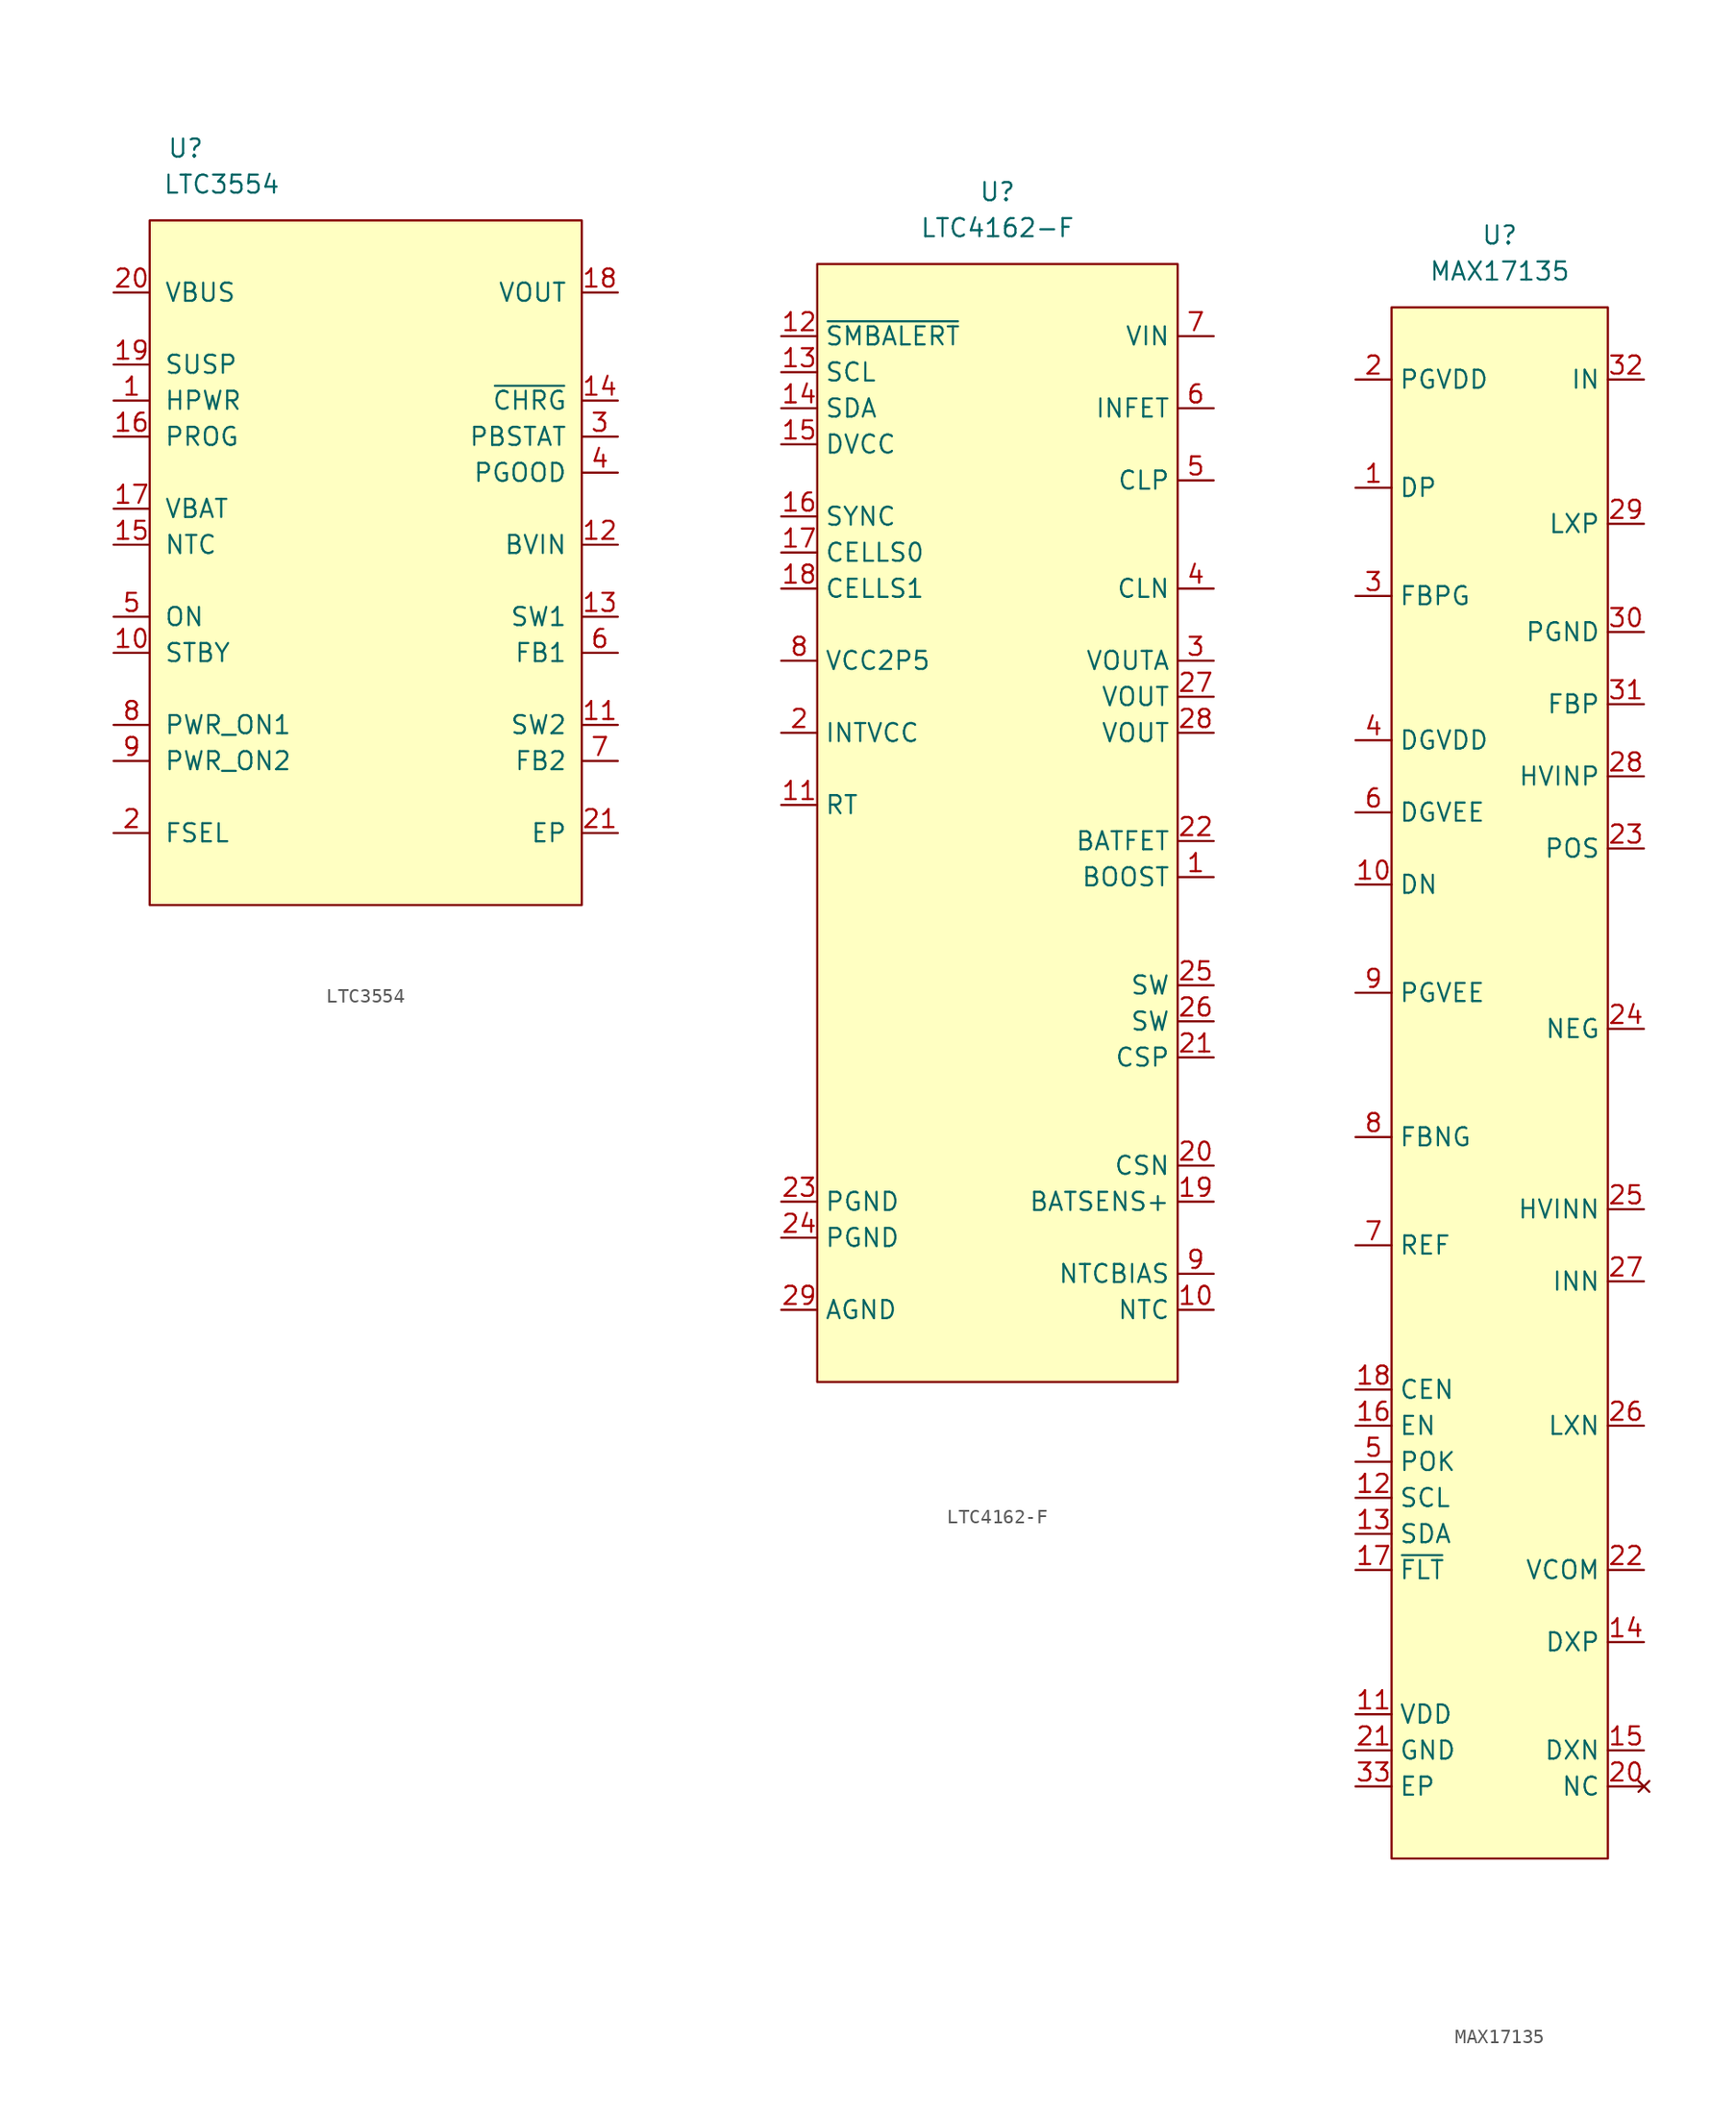
<source format=kicad_sym>
(kicad_symbol_lib
  (version 20211014)
  (generator kicad_symbol_editor)
  (symbol "LTC3554"
    (pin_names
      (offset 1.016))
    (property "Reference" "U"
      (at -12.7 27.94 0)
      (effects (font (size 1.27 1.27))))
    (property "Value" "LTC3554"
      (at -10.16 25.4 0)
      (effects (font (size 1.27 1.27))))
    (symbol "LTC3554_0_1"
      (rectangle (start -15.24 22.86) (end 15.24 -25.4) (stroke (width 0) (type default) (color 0 0 0 0)) (fill (type background))))
    (symbol "LTC3554_1_1"
      (pin input line (at -17.78 10.16 0) (length 2.54) (name "HPWR" (effects (font (size 1.27 1.27)))) (number "1" (effects (font (size 1.27 1.27)))))
      (pin input line (at -17.78 -7.62 0) (length 2.54) (name "STBY" (effects (font (size 1.27 1.27)))) (number "10" (effects (font (size 1.27 1.27)))))
      (pin power_in line (at 17.78 -12.7 180) (length 2.54) (name "SW2" (effects (font (size 1.27 1.27)))) (number "11" (effects (font (size 1.27 1.27)))))
      (pin power_in line (at 17.78 0 180) (length 2.54) (name "BVIN" (effects (font (size 1.27 1.27)))) (number "12" (effects (font (size 1.27 1.27)))))
      (pin power_out line (at 17.78 -5.08 180) (length 2.54) (name "SW1" (effects (font (size 1.27 1.27)))) (number "13" (effects (font (size 1.27 1.27)))))
      (pin output line (at 17.78 10.16 180) (length 2.54) (name "~{CHRG}" (effects (font (size 1.27 1.27)))) (number "14" (effects (font (size 1.27 1.27)))))
      (pin input line (at -17.78 0 0) (length 2.54) (name "NTC" (effects (font (size 1.27 1.27)))) (number "15" (effects (font (size 1.27 1.27)))))
      (pin input line (at -17.78 7.62 0) (length 2.54) (name "PROG" (effects (font (size 1.27 1.27)))) (number "16" (effects (font (size 1.27 1.27)))))
      (pin power_in line (at -17.78 2.54 0) (length 2.54) (name "VBAT" (effects (font (size 1.27 1.27)))) (number "17" (effects (font (size 1.27 1.27)))))
      (pin output line (at 17.78 17.78 180) (length 2.54) (name "VOUT" (effects (font (size 1.27 1.27)))) (number "18" (effects (font (size 1.27 1.27)))))
      (pin input line (at -17.78 12.7 0) (length 2.54) (name "SUSP" (effects (font (size 1.27 1.27)))) (number "19" (effects (font (size 1.27 1.27)))))
      (pin input line (at -17.78 -20.32 0) (length 2.54) (name "FSEL" (effects (font (size 1.27 1.27)))) (number "2" (effects (font (size 1.27 1.27)))))
      (pin power_in line (at -17.78 17.78 0) (length 2.54) (name "VBUS" (effects (font (size 1.27 1.27)))) (number "20" (effects (font (size 1.27 1.27)))))
      (pin power_in line (at 17.78 -20.32 180) (length 2.54) (name "EP" (effects (font (size 1.27 1.27)))) (number "21" (effects (font (size 1.27 1.27)))))
      (pin output line (at 17.78 7.62 180) (length 2.54) (name "PBSTAT" (effects (font (size 1.27 1.27)))) (number "3" (effects (font (size 1.27 1.27)))))
      (pin output line (at 17.78 5.08 180) (length 2.54) (name "PGOOD" (effects (font (size 1.27 1.27)))) (number "4" (effects (font (size 1.27 1.27)))))
      (pin input line (at -17.78 -5.08 0) (length 2.54) (name "ON" (effects (font (size 1.27 1.27)))) (number "5" (effects (font (size 1.27 1.27)))))
      (pin input line (at 17.78 -7.62 180) (length 2.54) (name "FB1" (effects (font (size 1.27 1.27)))) (number "6" (effects (font (size 1.27 1.27)))))
      (pin input line (at 17.78 -15.24 180) (length 2.54) (name "FB2" (effects (font (size 1.27 1.27)))) (number "7" (effects (font (size 1.27 1.27)))))
      (pin input line (at -17.78 -12.7 0) (length 2.54) (name "PWR_ON1" (effects (font (size 1.27 1.27)))) (number "8" (effects (font (size 1.27 1.27)))))
      (pin input line (at -17.78 -15.24 0) (length 2.54) (name "PWR_ON2" (effects (font (size 1.27 1.27)))) (number "9" (effects (font (size 1.27 1.27)))))))
  (symbol "LTC4162-F"
    (property "Reference" "U"
      (at 0 0 0)
      (effects (font (size 1.27 1.27))))
    (property "Value" "LTC4162-F"
      (at 0 -2.54 0)
      (effects (font (size 1.27 1.27))))
    (symbol "LTC4162-F_0_1"
      (rectangle (start -12.7 -5.08) (end 12.7 -83.82) (stroke (width 0.152) (type default) (color 0 0 0 0)) (fill (type background))))
    (symbol "LTC4162-F_1_1"
      (pin input line (at 15.24 -48.26 180) (length 2.54) (name "BOOST" (effects (font (size 1.27 1.27)))) (number "1" (effects (font (size 1.27 1.27)))))
      (pin input line (at 15.24 -78.74 180) (length 2.54) (name "NTC" (effects (font (size 1.27 1.27)))) (number "10" (effects (font (size 1.27 1.27)))))
      (pin input line (at -15.24 -43.18 0) (length 2.54) (name "RT" (effects (font (size 1.27 1.27)))) (number "11" (effects (font (size 1.27 1.27)))))
      (pin input line (at -15.24 -10.16 0) (length 2.54) (name "~{SMBALERT}" (effects (font (size 1.27 1.27)))) (number "12" (effects (font (size 1.27 1.27)))))
      (pin input line (at -15.24 -12.7 0) (length 2.54) (name "SCL" (effects (font (size 1.27 1.27)))) (number "13" (effects (font (size 1.27 1.27)))))
      (pin input line (at -15.24 -15.24 0) (length 2.54) (name "SDA" (effects (font (size 1.27 1.27)))) (number "14" (effects (font (size 1.27 1.27)))))
      (pin input line (at -15.24 -17.78 0) (length 2.54) (name "DVCC" (effects (font (size 1.27 1.27)))) (number "15" (effects (font (size 1.27 1.27)))))
      (pin input line (at -15.24 -22.86 0) (length 2.54) (name "SYNC" (effects (font (size 1.27 1.27)))) (number "16" (effects (font (size 1.27 1.27)))))
      (pin input line (at -15.24 -25.4 0) (length 2.54) (name "CELLS0" (effects (font (size 1.27 1.27)))) (number "17" (effects (font (size 1.27 1.27)))))
      (pin input line (at -15.24 -27.94 0) (length 2.54) (name "CELLS1" (effects (font (size 1.27 1.27)))) (number "18" (effects (font (size 1.27 1.27)))))
      (pin input line (at 15.24 -71.12 180) (length 2.54) (name "BATSENS+" (effects (font (size 1.27 1.27)))) (number "19" (effects (font (size 1.27 1.27)))))
      (pin input line (at -15.24 -38.1 0) (length 2.54) (name "INTVCC" (effects (font (size 1.27 1.27)))) (number "2" (effects (font (size 1.27 1.27)))))
      (pin input line (at 15.24 -68.58 180) (length 2.54) (name "CSN" (effects (font (size 1.27 1.27)))) (number "20" (effects (font (size 1.27 1.27)))))
      (pin input line (at 15.24 -60.96 180) (length 2.54) (name "CSP" (effects (font (size 1.27 1.27)))) (number "21" (effects (font (size 1.27 1.27)))))
      (pin input line (at 15.24 -45.72 180) (length 2.54) (name "BATFET" (effects (font (size 1.27 1.27)))) (number "22" (effects (font (size 1.27 1.27)))))
      (pin input line (at -15.24 -71.12 0) (length 2.54) (name "PGND" (effects (font (size 1.27 1.27)))) (number "23" (effects (font (size 1.27 1.27)))))
      (pin input line (at -15.24 -73.66 0) (length 2.54) (name "PGND" (effects (font (size 1.27 1.27)))) (number "24" (effects (font (size 1.27 1.27)))))
      (pin input line (at 15.24 -55.88 180) (length 2.54) (name "SW" (effects (font (size 1.27 1.27)))) (number "25" (effects (font (size 1.27 1.27)))))
      (pin input line (at 15.24 -58.42 180) (length 2.54) (name "SW" (effects (font (size 1.27 1.27)))) (number "26" (effects (font (size 1.27 1.27)))))
      (pin input line (at 15.24 -35.56 180) (length 2.54) (name "VOUT" (effects (font (size 1.27 1.27)))) (number "27" (effects (font (size 1.27 1.27)))))
      (pin input line (at 15.24 -38.1 180) (length 2.54) (name "VOUT" (effects (font (size 1.27 1.27)))) (number "28" (effects (font (size 1.27 1.27)))))
      (pin input line (at -15.24 -78.74 0) (length 2.54) (name "AGND" (effects (font (size 1.27 1.27)))) (number "29" (effects (font (size 1.27 1.27)))))
      (pin input line (at 15.24 -33.02 180) (length 2.54) (name "VOUTA" (effects (font (size 1.27 1.27)))) (number "3" (effects (font (size 1.27 1.27)))))
      (pin input line (at 15.24 -27.94 180) (length 2.54) (name "CLN" (effects (font (size 1.27 1.27)))) (number "4" (effects (font (size 1.27 1.27)))))
      (pin input line (at 15.24 -20.32 180) (length 2.54) (name "CLP" (effects (font (size 1.27 1.27)))) (number "5" (effects (font (size 1.27 1.27)))))
      (pin input line (at 15.24 -15.24 180) (length 2.54) (name "INFET" (effects (font (size 1.27 1.27)))) (number "6" (effects (font (size 1.27 1.27)))))
      (pin input line (at 15.24 -10.16 180) (length 2.54) (name "VIN" (effects (font (size 1.27 1.27)))) (number "7" (effects (font (size 1.27 1.27)))))
      (pin input line (at -15.24 -33.02 0) (length 2.54) (name "VCC2P5" (effects (font (size 1.27 1.27)))) (number "8" (effects (font (size 1.27 1.27)))))
      (pin input line (at 15.24 -76.2 180) (length 2.54) (name "NTCBIAS" (effects (font (size 1.27 1.27)))) (number "9" (effects (font (size 1.27 1.27)))))))
  (symbol "MAX17135"
    (property "Reference" "U"
      (at 0 0 0)
      (effects (font (size 1.27 1.27))))
    (property "Value" "MAX17135"
      (at 0 -2.54 0)
      (effects (font (size 1.27 1.27))))
    (symbol "MAX17135_0_1"
      (rectangle (start -7.62 -5.08) (end 7.62 -114.3) (stroke (width 0.152) (type default) (color 0 0 0 0)) (fill (type background))))
    (symbol "MAX17135_1_1"
      (pin input line (at -10.16 -17.78 0) (length 2.54) (name "DP" (effects (font (size 1.27 1.27)))) (number "1" (effects (font (size 1.27 1.27)))))
      (pin input line (at -10.16 -45.72 0) (length 2.54) (name "DN" (effects (font (size 1.27 1.27)))) (number "10" (effects (font (size 1.27 1.27)))))
      (pin input line (at -10.16 -104.14 0) (length 2.54) (name "VDD" (effects (font (size 1.27 1.27)))) (number "11" (effects (font (size 1.27 1.27)))))
      (pin input line (at -10.16 -88.9 0) (length 2.54) (name "SCL" (effects (font (size 1.27 1.27)))) (number "12" (effects (font (size 1.27 1.27)))))
      (pin input line (at -10.16 -91.44 0) (length 2.54) (name "SDA" (effects (font (size 1.27 1.27)))) (number "13" (effects (font (size 1.27 1.27)))))
      (pin input line (at 10.16 -99.06 180) (length 2.54) (name "DXP" (effects (font (size 1.27 1.27)))) (number "14" (effects (font (size 1.27 1.27)))))
      (pin input line (at 10.16 -106.68 180) (length 2.54) (name "DXN" (effects (font (size 1.27 1.27)))) (number "15" (effects (font (size 1.27 1.27)))))
      (pin input line (at -10.16 -83.82 0) (length 2.54) (name "EN" (effects (font (size 1.27 1.27)))) (number "16" (effects (font (size 1.27 1.27)))))
      (pin input line (at -10.16 -93.98 0) (length 2.54) (name "~{FLT}" (effects (font (size 1.27 1.27)))) (number "17" (effects (font (size 1.27 1.27)))))
      (pin input line (at -10.16 -81.28 0) (length 2.54) (name "CEN" (effects (font (size 1.27 1.27)))) (number "18" (effects (font (size 1.27 1.27)))))
      (pin no_connect line (at 10.16 -109.22 180) (length 2.54) hide (name "NC" (effects (font (size 1.27 1.27)))) (number "19" (effects (font (size 1.27 1.27)))))
      (pin input line (at -10.16 -10.16 0) (length 2.54) (name "PGVDD" (effects (font (size 1.27 1.27)))) (number "2" (effects (font (size 1.27 1.27)))))
      (pin no_connect line (at 10.16 -109.22 180) (length 2.54) (name "NC" (effects (font (size 1.27 1.27)))) (number "20" (effects (font (size 1.27 1.27)))))
      (pin input line (at -10.16 -106.68 0) (length 2.54) (name "GND" (effects (font (size 1.27 1.27)))) (number "21" (effects (font (size 1.27 1.27)))))
      (pin input line (at 10.16 -93.98 180) (length 2.54) (name "VCOM" (effects (font (size 1.27 1.27)))) (number "22" (effects (font (size 1.27 1.27)))))
      (pin input line (at 10.16 -43.18 180) (length 2.54) (name "POS" (effects (font (size 1.27 1.27)))) (number "23" (effects (font (size 1.27 1.27)))))
      (pin input line (at 10.16 -55.88 180) (length 2.54) (name "NEG" (effects (font (size 1.27 1.27)))) (number "24" (effects (font (size 1.27 1.27)))))
      (pin input line (at 10.16 -68.58 180) (length 2.54) (name "HVINN" (effects (font (size 1.27 1.27)))) (number "25" (effects (font (size 1.27 1.27)))))
      (pin input line (at 10.16 -83.82 180) (length 2.54) (name "LXN" (effects (font (size 1.27 1.27)))) (number "26" (effects (font (size 1.27 1.27)))))
      (pin input line (at 10.16 -73.66 180) (length 2.54) (name "INN" (effects (font (size 1.27 1.27)))) (number "27" (effects (font (size 1.27 1.27)))))
      (pin input line (at 10.16 -38.1 180) (length 2.54) (name "HVINP" (effects (font (size 1.27 1.27)))) (number "28" (effects (font (size 1.27 1.27)))))
      (pin input line (at 10.16 -20.32 180) (length 2.54) (name "LXP" (effects (font (size 1.27 1.27)))) (number "29" (effects (font (size 1.27 1.27)))))
      (pin input line (at -10.16 -25.4 0) (length 2.54) (name "FBPG" (effects (font (size 1.27 1.27)))) (number "3" (effects (font (size 1.27 1.27)))))
      (pin input line (at 10.16 -27.94 180) (length 2.54) (name "PGND" (effects (font (size 1.27 1.27)))) (number "30" (effects (font (size 1.27 1.27)))))
      (pin input line (at 10.16 -33.02 180) (length 2.54) (name "FBP" (effects (font (size 1.27 1.27)))) (number "31" (effects (font (size 1.27 1.27)))))
      (pin input line (at 10.16 -10.16 180) (length 2.54) (name "IN" (effects (font (size 1.27 1.27)))) (number "32" (effects (font (size 1.27 1.27)))))
      (pin input line (at -10.16 -109.22 0) (length 2.54) (name "EP" (effects (font (size 1.27 1.27)))) (number "33" (effects (font (size 1.27 1.27)))))
      (pin input line (at -10.16 -35.56 0) (length 2.54) (name "DGVDD" (effects (font (size 1.27 1.27)))) (number "4" (effects (font (size 1.27 1.27)))))
      (pin input line (at -10.16 -86.36 0) (length 2.54) (name "POK" (effects (font (size 1.27 1.27)))) (number "5" (effects (font (size 1.27 1.27)))))
      (pin input line (at -10.16 -40.64 0) (length 2.54) (name "DGVEE" (effects (font (size 1.27 1.27)))) (number "6" (effects (font (size 1.27 1.27)))))
      (pin input line (at -10.16 -71.12 0) (length 2.54) (name "REF" (effects (font (size 1.27 1.27)))) (number "7" (effects (font (size 1.27 1.27)))))
      (pin input line (at -10.16 -63.5 0) (length 2.54) (name "FBNG" (effects (font (size 1.27 1.27)))) (number "8" (effects (font (size 1.27 1.27)))))
      (pin input line (at -10.16 -53.34 0) (length 2.54) (name "PGVEE" (effects (font (size 1.27 1.27)))) (number "9" (effects (font (size 1.27 1.27))))))))
</source>
